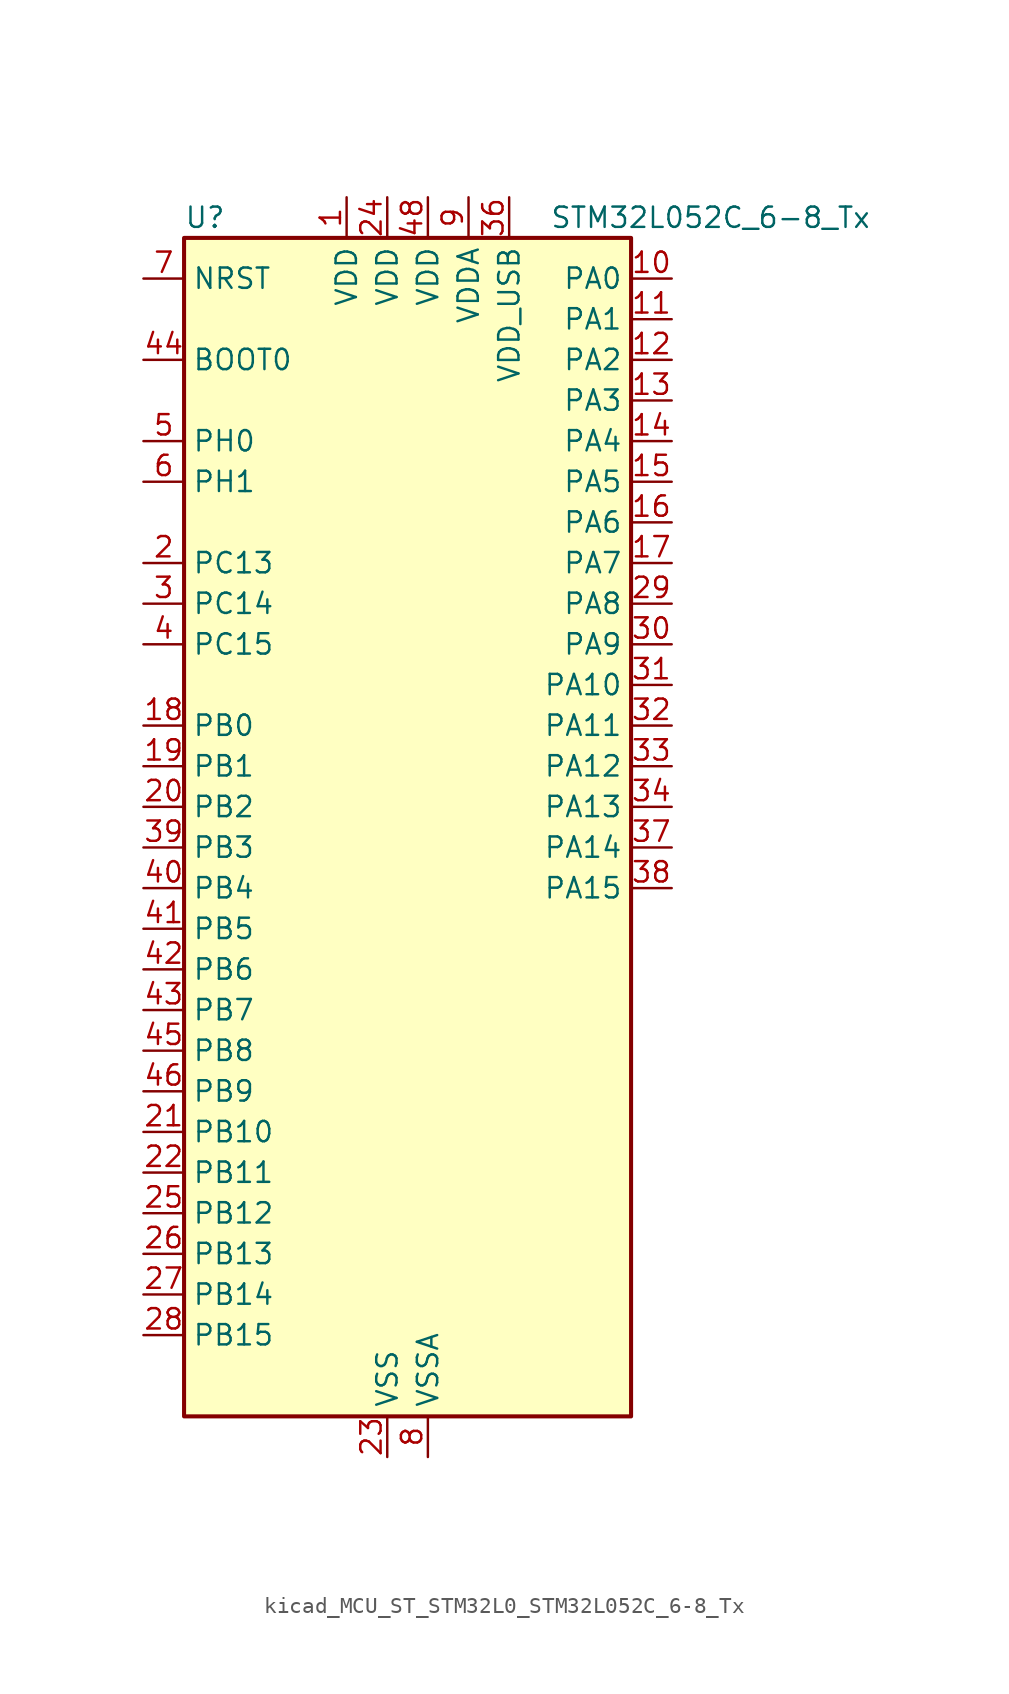
<source format=kicad_sym>
(kicad_symbol_lib
  (version 20220914)
  (generator kicad_symbol_editor)
  (symbol "kicad_MCU_ST_STM32L0_STM32L052C_6-8_Tx"
    (property "Reference" "U"
      (at -12.7 39.37 0)
      (effects (font (size 1.27 1.27)) (justify left)))
    (property "Value" "STM32L052C_6-8_Tx"
      (at 10.16 39.37 0)
      (effects (font (size 1.27 1.27)) (justify left)))
    (property "ki_locked" ""
      (at 0 0 0)
      (effects (font (size 1.27 1.27))))
    (symbol "kicad_MCU_ST_STM32L0_STM32L052C_6-8_Tx_0_1"
      (rectangle (start -12.7 -35.56) (end 15.24 38.1) (stroke (width 0.254) (type default)) (fill (type background))))
    (symbol "kicad_MCU_ST_STM32L0_STM32L052C_6-8_Tx_1_1"
      (pin power_in line (at -2.54 40.64 270) (length 2.54) (name "VDD" (effects (font (size 1.27 1.27)))) (number "1" (effects (font (size 1.27 1.27)))))
      (pin bidirectional line (at 17.78 35.56 180) (length 2.54) (name "PA0" (effects (font (size 1.27 1.27)))) (number "10" (effects (font (size 1.27 1.27)))) (alternate "ADC_IN0" bidirectional line) (alternate "COMP1_INM" bidirectional line) (alternate "COMP1_OUT" bidirectional line) (alternate "RTC_TAMP2" bidirectional line) (alternate "SYS_WKUP1" bidirectional line) (alternate "TIM2_CH1" bidirectional line) (alternate "TIM2_ETR" bidirectional line) (alternate "TSC_G1_IO1" bidirectional line) (alternate "USART2_CTS" bidirectional line))
      (pin bidirectional line (at 17.78 33.02 180) (length 2.54) (name "PA1" (effects (font (size 1.27 1.27)))) (number "11" (effects (font (size 1.27 1.27)))) (alternate "ADC_IN1" bidirectional line) (alternate "COMP1_INP" bidirectional line) (alternate "TIM21_ETR" bidirectional line) (alternate "TIM2_CH2" bidirectional line) (alternate "TSC_G1_IO2" bidirectional line) (alternate "USART2_DE" bidirectional line) (alternate "USART2_RTS" bidirectional line))
      (pin bidirectional line (at 17.78 30.48 180) (length 2.54) (name "PA2" (effects (font (size 1.27 1.27)))) (number "12" (effects (font (size 1.27 1.27)))) (alternate "ADC_IN2" bidirectional line) (alternate "COMP2_INM" bidirectional line) (alternate "COMP2_OUT" bidirectional line) (alternate "TIM21_CH1" bidirectional line) (alternate "TIM2_CH3" bidirectional line) (alternate "TSC_G1_IO3" bidirectional line) (alternate "USART2_TX" bidirectional line))
      (pin bidirectional line (at 17.78 27.94 180) (length 2.54) (name "PA3" (effects (font (size 1.27 1.27)))) (number "13" (effects (font (size 1.27 1.27)))) (alternate "ADC_IN3" bidirectional line) (alternate "COMP2_INP" bidirectional line) (alternate "TIM21_CH2" bidirectional line) (alternate "TIM2_CH4" bidirectional line) (alternate "TSC_G1_IO4" bidirectional line) (alternate "USART2_RX" bidirectional line))
      (pin bidirectional line (at 17.78 25.4 180) (length 2.54) (name "PA4" (effects (font (size 1.27 1.27)))) (number "14" (effects (font (size 1.27 1.27)))) (alternate "ADC_IN4" bidirectional line) (alternate "COMP1_INM" bidirectional line) (alternate "COMP2_INM" bidirectional line) (alternate "DAC_OUT1" bidirectional line) (alternate "SPI1_NSS" bidirectional line) (alternate "TIM22_ETR" bidirectional line) (alternate "TSC_G2_IO1" bidirectional line) (alternate "USART2_CK" bidirectional line))
      (pin bidirectional line (at 17.78 22.86 180) (length 2.54) (name "PA5" (effects (font (size 1.27 1.27)))) (number "15" (effects (font (size 1.27 1.27)))) (alternate "ADC_IN5" bidirectional line) (alternate "COMP1_INM" bidirectional line) (alternate "COMP2_INM" bidirectional line) (alternate "SPI1_SCK" bidirectional line) (alternate "TIM2_CH1" bidirectional line) (alternate "TIM2_ETR" bidirectional line) (alternate "TSC_G2_IO2" bidirectional line))
      (pin bidirectional line (at 17.78 20.32 180) (length 2.54) (name "PA6" (effects (font (size 1.27 1.27)))) (number "16" (effects (font (size 1.27 1.27)))) (alternate "ADC_IN6" bidirectional line) (alternate "COMP1_OUT" bidirectional line) (alternate "LPUART1_CTS" bidirectional line) (alternate "SPI1_MISO" bidirectional line) (alternate "TIM22_CH1" bidirectional line) (alternate "TSC_G2_IO3" bidirectional line))
      (pin bidirectional line (at 17.78 17.78 180) (length 2.54) (name "PA7" (effects (font (size 1.27 1.27)))) (number "17" (effects (font (size 1.27 1.27)))) (alternate "ADC_IN7" bidirectional line) (alternate "COMP2_OUT" bidirectional line) (alternate "SPI1_MOSI" bidirectional line) (alternate "TIM22_CH2" bidirectional line) (alternate "TSC_G2_IO4" bidirectional line))
      (pin bidirectional line (at -15.24 7.62 0) (length 2.54) (name "PB0" (effects (font (size 1.27 1.27)))) (number "18" (effects (font (size 1.27 1.27)))) (alternate "ADC_IN8" bidirectional line) (alternate "SYS_VREF_OUT_PB0" bidirectional line) (alternate "TSC_G3_IO2" bidirectional line))
      (pin bidirectional line (at -15.24 5.08 0) (length 2.54) (name "PB1" (effects (font (size 1.27 1.27)))) (number "19" (effects (font (size 1.27 1.27)))) (alternate "ADC_IN9" bidirectional line) (alternate "LPUART1_DE" bidirectional line) (alternate "LPUART1_RTS" bidirectional line) (alternate "SYS_VREF_OUT_PB1" bidirectional line) (alternate "TSC_G3_IO3" bidirectional line))
      (pin bidirectional line (at -15.24 17.78 0) (length 2.54) (name "PC13" (effects (font (size 1.27 1.27)))) (number "2" (effects (font (size 1.27 1.27)))) (alternate "RTC_OUT_ALARM" bidirectional line) (alternate "RTC_OUT_CALIB" bidirectional line) (alternate "RTC_TAMP1" bidirectional line) (alternate "RTC_TS" bidirectional line) (alternate "SYS_WKUP2" bidirectional line))
      (pin bidirectional line (at -15.24 2.54 0) (length 2.54) (name "PB2" (effects (font (size 1.27 1.27)))) (number "20" (effects (font (size 1.27 1.27)))) (alternate "LPTIM1_OUT" bidirectional line) (alternate "TSC_G3_IO4" bidirectional line))
      (pin bidirectional line (at -15.24 -17.78 0) (length 2.54) (name "PB10" (effects (font (size 1.27 1.27)))) (number "21" (effects (font (size 1.27 1.27)))) (alternate "I2C2_SCL" bidirectional line) (alternate "LPUART1_TX" bidirectional line) (alternate "SPI2_SCK" bidirectional line) (alternate "TIM2_CH3" bidirectional line) (alternate "TSC_SYNC" bidirectional line))
      (pin bidirectional line (at -15.24 -20.32 0) (length 2.54) (name "PB11" (effects (font (size 1.27 1.27)))) (number "22" (effects (font (size 1.27 1.27)))) (alternate "ADC_EXTI11" bidirectional line) (alternate "I2C2_SDA" bidirectional line) (alternate "LPUART1_RX" bidirectional line) (alternate "TIM2_CH4" bidirectional line) (alternate "TSC_G6_IO1" bidirectional line))
      (pin power_in line (at 0 -38.1 90) (length 2.54) (name "VSS" (effects (font (size 1.27 1.27)))) (number "23" (effects (font (size 1.27 1.27)))))
      (pin power_in line (at 0 40.64 270) (length 2.54) (name "VDD" (effects (font (size 1.27 1.27)))) (number "24" (effects (font (size 1.27 1.27)))))
      (pin bidirectional line (at -15.24 -22.86 0) (length 2.54) (name "PB12" (effects (font (size 1.27 1.27)))) (number "25" (effects (font (size 1.27 1.27)))) (alternate "I2S2_WS" bidirectional line) (alternate "LPUART1_DE" bidirectional line) (alternate "LPUART1_RTS" bidirectional line) (alternate "SPI2_NSS" bidirectional line) (alternate "TSC_G6_IO2" bidirectional line))
      (pin bidirectional line (at -15.24 -25.4 0) (length 2.54) (name "PB13" (effects (font (size 1.27 1.27)))) (number "26" (effects (font (size 1.27 1.27)))) (alternate "I2C2_SCL" bidirectional line) (alternate "I2S2_CK" bidirectional line) (alternate "LPUART1_CTS" bidirectional line) (alternate "SPI2_SCK" bidirectional line) (alternate "TIM21_CH1" bidirectional line) (alternate "TSC_G6_IO3" bidirectional line))
      (pin bidirectional line (at -15.24 -27.94 0) (length 2.54) (name "PB14" (effects (font (size 1.27 1.27)))) (number "27" (effects (font (size 1.27 1.27)))) (alternate "I2C2_SDA" bidirectional line) (alternate "I2S2_MCK" bidirectional line) (alternate "LPUART1_DE" bidirectional line) (alternate "LPUART1_RTS" bidirectional line) (alternate "RTC_OUT_ALARM" bidirectional line) (alternate "RTC_OUT_CALIB" bidirectional line) (alternate "SPI2_MISO" bidirectional line) (alternate "TIM21_CH2" bidirectional line) (alternate "TSC_G6_IO4" bidirectional line))
      (pin bidirectional line (at -15.24 -30.48 0) (length 2.54) (name "PB15" (effects (font (size 1.27 1.27)))) (number "28" (effects (font (size 1.27 1.27)))) (alternate "I2S2_SD" bidirectional line) (alternate "RTC_REFIN" bidirectional line) (alternate "SPI2_MOSI" bidirectional line))
      (pin bidirectional line (at 17.78 15.24 180) (length 2.54) (name "PA8" (effects (font (size 1.27 1.27)))) (number "29" (effects (font (size 1.27 1.27)))) (alternate "CRS_SYNC" bidirectional line) (alternate "RCC_MCO" bidirectional line) (alternate "USART1_CK" bidirectional line))
      (pin bidirectional line (at -15.24 15.24 0) (length 2.54) (name "PC14" (effects (font (size 1.27 1.27)))) (number "3" (effects (font (size 1.27 1.27)))) (alternate "RCC_OSC32_IN" bidirectional line))
      (pin bidirectional line (at 17.78 12.7 180) (length 2.54) (name "PA9" (effects (font (size 1.27 1.27)))) (number "30" (effects (font (size 1.27 1.27)))) (alternate "DAC_EXTI9" bidirectional line) (alternate "RCC_MCO" bidirectional line) (alternate "TSC_G4_IO1" bidirectional line) (alternate "USART1_TX" bidirectional line))
      (pin bidirectional line (at 17.78 10.16 180) (length 2.54) (name "PA10" (effects (font (size 1.27 1.27)))) (number "31" (effects (font (size 1.27 1.27)))) (alternate "TSC_G4_IO2" bidirectional line) (alternate "USART1_RX" bidirectional line))
      (pin bidirectional line (at 17.78 7.62 180) (length 2.54) (name "PA11" (effects (font (size 1.27 1.27)))) (number "32" (effects (font (size 1.27 1.27)))) (alternate "ADC_EXTI11" bidirectional line) (alternate "COMP1_OUT" bidirectional line) (alternate "SPI1_MISO" bidirectional line) (alternate "TSC_G4_IO3" bidirectional line) (alternate "USART1_CTS" bidirectional line) (alternate "USB_DM" bidirectional line))
      (pin bidirectional line (at 17.78 5.08 180) (length 2.54) (name "PA12" (effects (font (size 1.27 1.27)))) (number "33" (effects (font (size 1.27 1.27)))) (alternate "COMP2_OUT" bidirectional line) (alternate "SPI1_MOSI" bidirectional line) (alternate "TSC_G4_IO4" bidirectional line) (alternate "USART1_DE" bidirectional line) (alternate "USART1_RTS" bidirectional line) (alternate "USB_DP" bidirectional line))
      (pin bidirectional line (at 17.78 2.54 180) (length 2.54) (name "PA13" (effects (font (size 1.27 1.27)))) (number "34" (effects (font (size 1.27 1.27)))) (alternate "SYS_SWDIO" bidirectional line) (alternate "USB_NOE" bidirectional line))
      (pin passive line (at 0 -38.1 90) (length 2.54) hide (name "VSS" (effects (font (size 1.27 1.27)))) (number "35" (effects (font (size 1.27 1.27)))))
      (pin power_in line (at 7.62 40.64 270) (length 2.54) (name "VDD_USB" (effects (font (size 1.27 1.27)))) (number "36" (effects (font (size 1.27 1.27)))))
      (pin bidirectional line (at 17.78 0 180) (length 2.54) (name "PA14" (effects (font (size 1.27 1.27)))) (number "37" (effects (font (size 1.27 1.27)))) (alternate "SYS_SWCLK" bidirectional line) (alternate "USART2_TX" bidirectional line))
      (pin bidirectional line (at 17.78 -2.54 180) (length 2.54) (name "PA15" (effects (font (size 1.27 1.27)))) (number "38" (effects (font (size 1.27 1.27)))) (alternate "SPI1_NSS" bidirectional line) (alternate "TIM2_CH1" bidirectional line) (alternate "TIM2_ETR" bidirectional line) (alternate "USART2_RX" bidirectional line))
      (pin bidirectional line (at -15.24 0 0) (length 2.54) (name "PB3" (effects (font (size 1.27 1.27)))) (number "39" (effects (font (size 1.27 1.27)))) (alternate "COMP2_INM" bidirectional line) (alternate "SPI1_SCK" bidirectional line) (alternate "TIM2_CH2" bidirectional line) (alternate "TSC_G5_IO1" bidirectional line))
      (pin bidirectional line (at -15.24 12.7 0) (length 2.54) (name "PC15" (effects (font (size 1.27 1.27)))) (number "4" (effects (font (size 1.27 1.27)))) (alternate "RCC_OSC32_OUT" bidirectional line))
      (pin bidirectional line (at -15.24 -2.54 0) (length 2.54) (name "PB4" (effects (font (size 1.27 1.27)))) (number "40" (effects (font (size 1.27 1.27)))) (alternate "COMP2_INP" bidirectional line) (alternate "SPI1_MISO" bidirectional line) (alternate "TIM22_CH1" bidirectional line) (alternate "TSC_G5_IO2" bidirectional line))
      (pin bidirectional line (at -15.24 -5.08 0) (length 2.54) (name "PB5" (effects (font (size 1.27 1.27)))) (number "41" (effects (font (size 1.27 1.27)))) (alternate "COMP2_INP" bidirectional line) (alternate "I2C1_SMBA" bidirectional line) (alternate "LPTIM1_IN1" bidirectional line) (alternate "SPI1_MOSI" bidirectional line) (alternate "TIM22_CH2" bidirectional line))
      (pin bidirectional line (at -15.24 -7.62 0) (length 2.54) (name "PB6" (effects (font (size 1.27 1.27)))) (number "42" (effects (font (size 1.27 1.27)))) (alternate "COMP2_INP" bidirectional line) (alternate "I2C1_SCL" bidirectional line) (alternate "LPTIM1_ETR" bidirectional line) (alternate "TSC_G5_IO3" bidirectional line) (alternate "USART1_TX" bidirectional line))
      (pin bidirectional line (at -15.24 -10.16 0) (length 2.54) (name "PB7" (effects (font (size 1.27 1.27)))) (number "43" (effects (font (size 1.27 1.27)))) (alternate "COMP2_INP" bidirectional line) (alternate "I2C1_SDA" bidirectional line) (alternate "LPTIM1_IN2" bidirectional line) (alternate "SYS_PVD_IN" bidirectional line) (alternate "TSC_G5_IO4" bidirectional line) (alternate "USART1_RX" bidirectional line))
      (pin input line (at -15.24 30.48 0) (length 2.54) (name "BOOT0" (effects (font (size 1.27 1.27)))) (number "44" (effects (font (size 1.27 1.27)))))
      (pin bidirectional line (at -15.24 -12.7 0) (length 2.54) (name "PB8" (effects (font (size 1.27 1.27)))) (number "45" (effects (font (size 1.27 1.27)))) (alternate "I2C1_SCL" bidirectional line) (alternate "TSC_SYNC" bidirectional line))
      (pin bidirectional line (at -15.24 -15.24 0) (length 2.54) (name "PB9" (effects (font (size 1.27 1.27)))) (number "46" (effects (font (size 1.27 1.27)))) (alternate "DAC_EXTI9" bidirectional line) (alternate "I2C1_SDA" bidirectional line) (alternate "I2S2_WS" bidirectional line) (alternate "SPI2_NSS" bidirectional line))
      (pin passive line (at 0 -38.1 90) (length 2.54) hide (name "VSS" (effects (font (size 1.27 1.27)))) (number "47" (effects (font (size 1.27 1.27)))))
      (pin power_in line (at 2.54 40.64 270) (length 2.54) (name "VDD" (effects (font (size 1.27 1.27)))) (number "48" (effects (font (size 1.27 1.27)))))
      (pin bidirectional line (at -15.24 25.4 0) (length 2.54) (name "PH0" (effects (font (size 1.27 1.27)))) (number "5" (effects (font (size 1.27 1.27)))) (alternate "CRS_SYNC" bidirectional line) (alternate "RCC_OSC_IN" bidirectional line))
      (pin bidirectional line (at -15.24 22.86 0) (length 2.54) (name "PH1" (effects (font (size 1.27 1.27)))) (number "6" (effects (font (size 1.27 1.27)))) (alternate "RCC_OSC_OUT" bidirectional line))
      (pin input line (at -15.24 35.56 0) (length 2.54) (name "NRST" (effects (font (size 1.27 1.27)))) (number "7" (effects (font (size 1.27 1.27)))))
      (pin power_in line (at 2.54 -38.1 90) (length 2.54) (name "VSSA" (effects (font (size 1.27 1.27)))) (number "8" (effects (font (size 1.27 1.27)))))
      (pin power_in line (at 5.08 40.64 270) (length 2.54) (name "VDDA" (effects (font (size 1.27 1.27)))) (number "9" (effects (font (size 1.27 1.27))))))))
</source>
